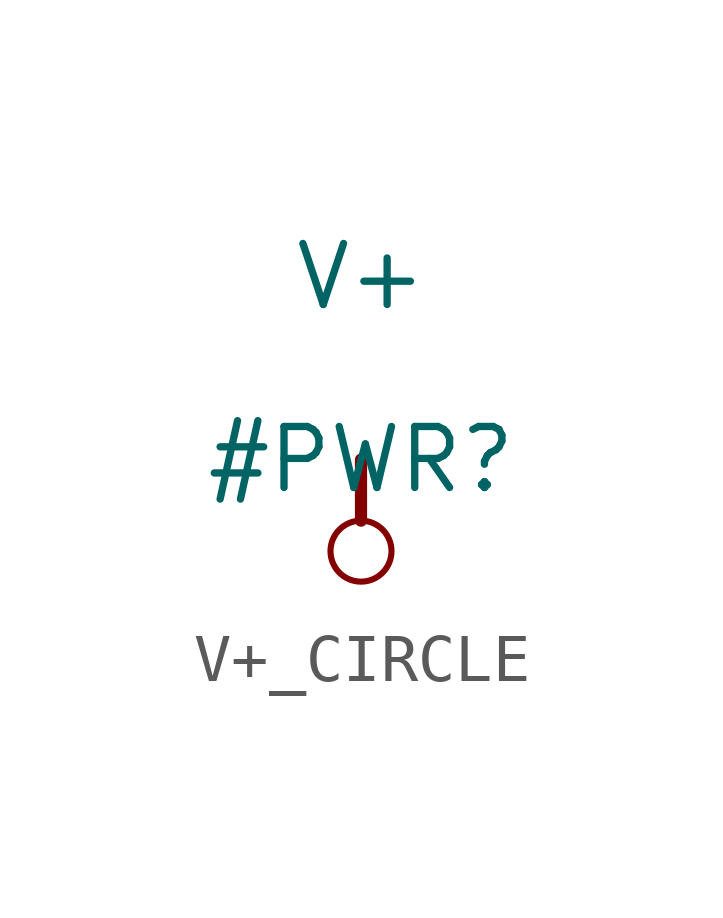
<source format=kicad_sym>
(kicad_symbol_lib
  (version 20231120)
  (generator "kicad_symbol_editor")
  (generator_version "8.0")
  (symbol "V+_CIRCLE"
    (power)
    (property "Reference" "#PWR"
      (at 0 0 0)
      (effects (font (size 1.27 1.27))))
    (property "Value" "V+"
      (at 0 3.81 0)
      (effects (font (size 1.27 1.27))))
    (symbol "V+_CIRCLE_0_0"
      (circle (center 0 -1.905) (radius 0.635) (stroke (width 0.127) (type solid)) (fill (type none)))
      (polyline (pts (xy 0 0) (xy 0 -1.27)) (stroke (width 0.254) (type solid)) (fill (type none)))
      (pin power_in line (at 0 0 0) (length 0) hide (name "V+" (effects (font (size 1.27 1.27)))) (number "" (effects (font (size 1.27 1.27))))))))
</source>
